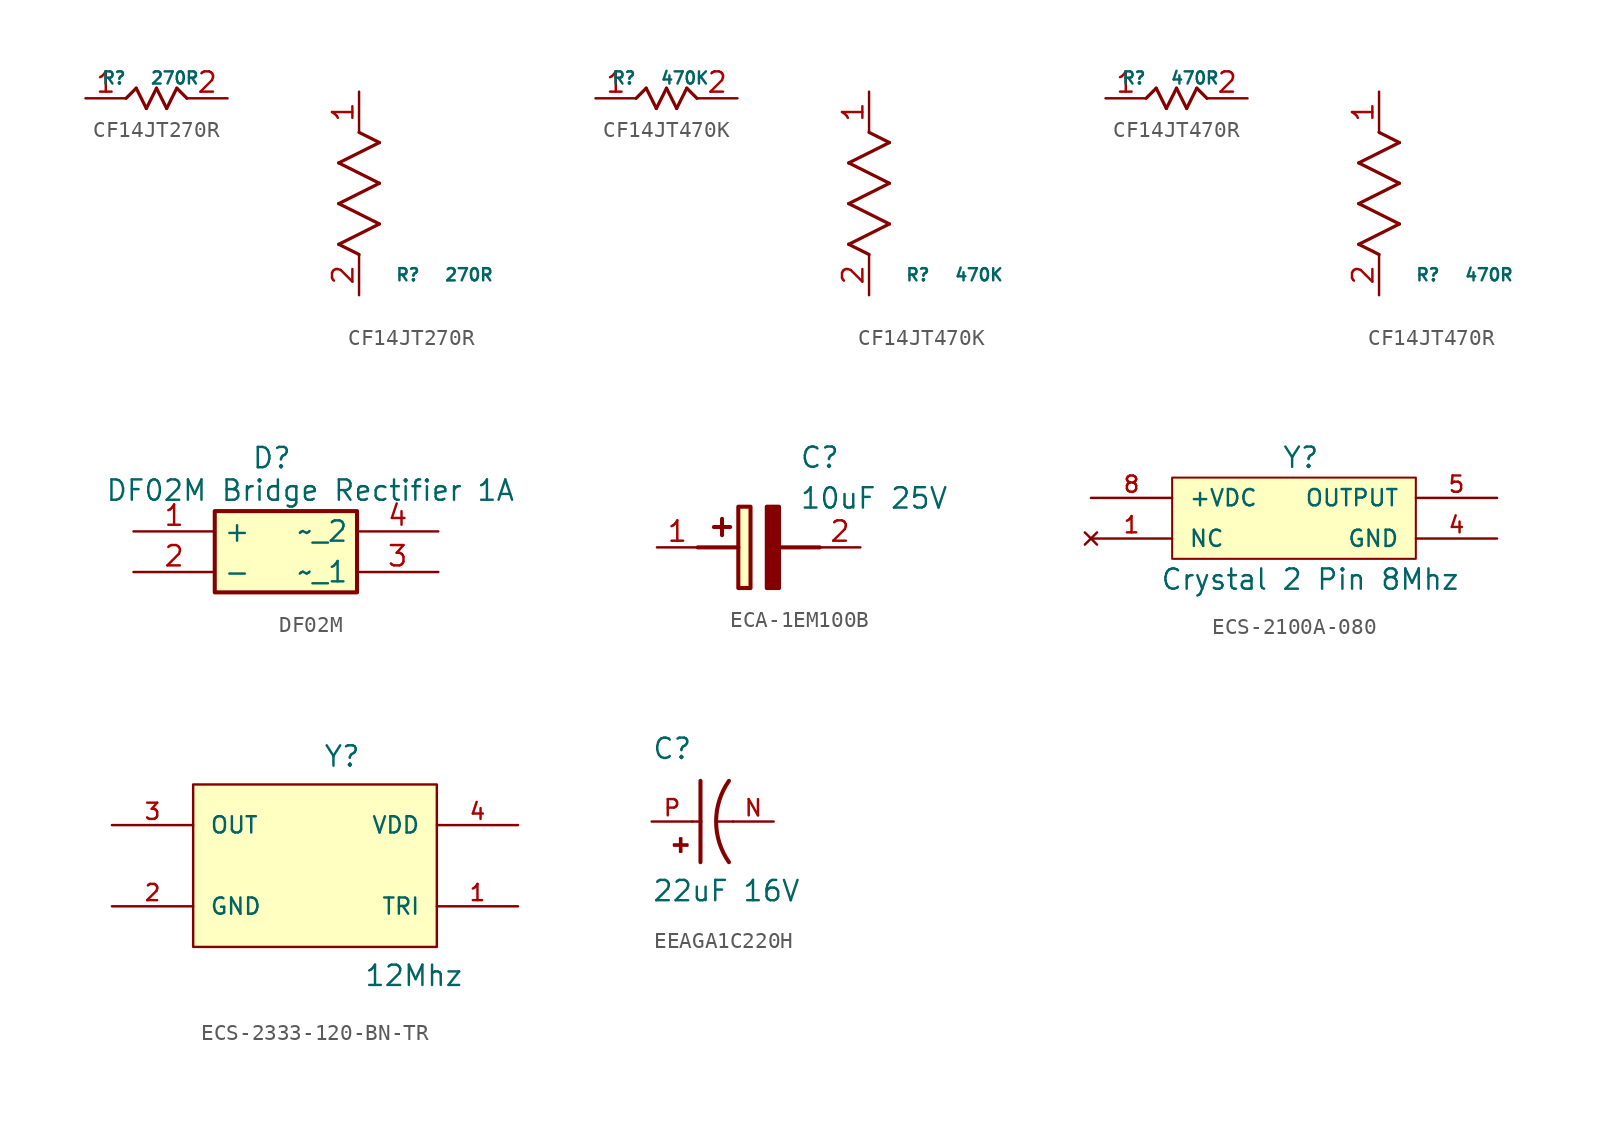
<source format=kicad_sym>
(kicad_symbol_lib
  (version 20241209)
  (generator "kicad_symbol_editor")
  (generator_version "9.0")
  (symbol "CF14JT270R"
    (pin_names
      (offset 0.254))
    (property "Reference" "R"
      (at 3.048 1.27 0)
      (effects (font (size 0.762 0.762))))
    (property "Value" "270R"
      (at 6.858 1.27 0)
      (effects (font (size 0.762 0.762))))
    (symbol "CF14JT270R_1_1"
      (polyline (pts (xy 3.81 0) (xy 4.445 0.635)) (stroke (width 0.203) (type default)) (fill (type none)))
      (polyline (pts (xy 4.445 0.635) (xy 5.08 -0.635)) (stroke (width 0.203) (type default)) (fill (type none)))
      (polyline (pts (xy 5.08 -0.635) (xy 5.715 0.635)) (stroke (width 0.203) (type default)) (fill (type none)))
      (polyline (pts (xy 5.715 0.635) (xy 6.35 -0.635)) (stroke (width 0.203) (type default)) (fill (type none)))
      (polyline (pts (xy 6.35 -0.635) (xy 6.985 0.635)) (stroke (width 0.203) (type default)) (fill (type none)))
      (polyline (pts (xy 6.985 0.635) (xy 7.62 0)) (stroke (width 0.203) (type default)) (fill (type none)))
      (pin unspecified line (at 1.27 0 0) (length 2.54) (name "" (effects (font (size 1.27 1.27)))) (number "1" (effects (font (size 1.27 1.27)))))
      (pin unspecified line (at 10.16 0 180) (length 2.54) (name "" (effects (font (size 1.27 1.27)))) (number "2" (effects (font (size 1.27 1.27))))))
    (symbol "CF14JT270R_1_2"
      (polyline (pts (xy -1.27 8.255) (xy 1.27 9.525)) (stroke (width 0.203) (type default)) (fill (type none)))
      (polyline (pts (xy -1.27 5.715) (xy 1.27 6.985)) (stroke (width 0.203) (type default)) (fill (type none)))
      (polyline (pts (xy -1.27 3.175) (xy 1.27 4.445)) (stroke (width 0.203) (type default)) (fill (type none)))
      (polyline (pts (xy 0 2.54) (xy -1.27 3.175)) (stroke (width 0.203) (type default)) (fill (type none)))
      (polyline (pts (xy 1.27 9.525) (xy 0 10.16)) (stroke (width 0.203) (type default)) (fill (type none)))
      (polyline (pts (xy 1.27 6.985) (xy -1.27 8.255)) (stroke (width 0.203) (type default)) (fill (type none)))
      (polyline (pts (xy 1.27 4.445) (xy -1.27 5.715)) (stroke (width 0.203) (type default)) (fill (type none)))
      (pin unspecified line (at 0 12.7 270) (length 2.54) (name "" (effects (font (size 1.27 1.27)))) (number "1" (effects (font (size 1.27 1.27)))))
      (pin unspecified line (at 0 0 90) (length 2.54) (name "" (effects (font (size 1.27 1.27)))) (number "2" (effects (font (size 1.27 1.27)))))))
  (symbol "CF14JT470K"
    (pin_names
      (offset 0.254))
    (property "Reference" "R"
      (at 3.048 1.27 0)
      (effects (font (size 0.762 0.762))))
    (property "Value" "470K"
      (at 6.858 1.27 0)
      (effects (font (size 0.762 0.762))))
    (symbol "CF14JT470K_1_1"
      (polyline (pts (xy 3.81 0) (xy 4.445 0.635)) (stroke (width 0.203) (type default)) (fill (type none)))
      (polyline (pts (xy 4.445 0.635) (xy 5.08 -0.635)) (stroke (width 0.203) (type default)) (fill (type none)))
      (polyline (pts (xy 5.08 -0.635) (xy 5.715 0.635)) (stroke (width 0.203) (type default)) (fill (type none)))
      (polyline (pts (xy 5.715 0.635) (xy 6.35 -0.635)) (stroke (width 0.203) (type default)) (fill (type none)))
      (polyline (pts (xy 6.35 -0.635) (xy 6.985 0.635)) (stroke (width 0.203) (type default)) (fill (type none)))
      (polyline (pts (xy 6.985 0.635) (xy 7.62 0)) (stroke (width 0.203) (type default)) (fill (type none)))
      (pin unspecified line (at 1.27 0 0) (length 2.54) (name "" (effects (font (size 1.27 1.27)))) (number "1" (effects (font (size 1.27 1.27)))))
      (pin unspecified line (at 10.16 0 180) (length 2.54) (name "" (effects (font (size 1.27 1.27)))) (number "2" (effects (font (size 1.27 1.27))))))
    (symbol "CF14JT470K_1_2"
      (polyline (pts (xy -1.27 8.255) (xy 1.27 9.525)) (stroke (width 0.203) (type default)) (fill (type none)))
      (polyline (pts (xy -1.27 5.715) (xy 1.27 6.985)) (stroke (width 0.203) (type default)) (fill (type none)))
      (polyline (pts (xy -1.27 3.175) (xy 1.27 4.445)) (stroke (width 0.203) (type default)) (fill (type none)))
      (polyline (pts (xy 0 2.54) (xy -1.27 3.175)) (stroke (width 0.203) (type default)) (fill (type none)))
      (polyline (pts (xy 1.27 9.525) (xy 0 10.16)) (stroke (width 0.203) (type default)) (fill (type none)))
      (polyline (pts (xy 1.27 6.985) (xy -1.27 8.255)) (stroke (width 0.203) (type default)) (fill (type none)))
      (polyline (pts (xy 1.27 4.445) (xy -1.27 5.715)) (stroke (width 0.203) (type default)) (fill (type none)))
      (pin unspecified line (at 0 12.7 270) (length 2.54) (name "" (effects (font (size 1.27 1.27)))) (number "1" (effects (font (size 1.27 1.27)))))
      (pin unspecified line (at 0 0 90) (length 2.54) (name "" (effects (font (size 1.27 1.27)))) (number "2" (effects (font (size 1.27 1.27)))))))
  (symbol "CF14JT470R"
    (pin_names
      (offset 0.254))
    (property "Reference" "R"
      (at 3.048 1.27 0)
      (effects (font (size 0.762 0.762))))
    (property "Value" "470R"
      (at 6.858 1.27 0)
      (effects (font (size 0.762 0.762))))
    (symbol "CF14JT470R_1_1"
      (polyline (pts (xy 3.81 0) (xy 4.445 0.635)) (stroke (width 0.203) (type default)) (fill (type none)))
      (polyline (pts (xy 4.445 0.635) (xy 5.08 -0.635)) (stroke (width 0.203) (type default)) (fill (type none)))
      (polyline (pts (xy 5.08 -0.635) (xy 5.715 0.635)) (stroke (width 0.203) (type default)) (fill (type none)))
      (polyline (pts (xy 5.715 0.635) (xy 6.35 -0.635)) (stroke (width 0.203) (type default)) (fill (type none)))
      (polyline (pts (xy 6.35 -0.635) (xy 6.985 0.635)) (stroke (width 0.203) (type default)) (fill (type none)))
      (polyline (pts (xy 6.985 0.635) (xy 7.62 0)) (stroke (width 0.203) (type default)) (fill (type none)))
      (pin unspecified line (at 1.27 0 0) (length 2.54) (name "" (effects (font (size 1.27 1.27)))) (number "1" (effects (font (size 1.27 1.27)))))
      (pin unspecified line (at 10.16 0 180) (length 2.54) (name "" (effects (font (size 1.27 1.27)))) (number "2" (effects (font (size 1.27 1.27))))))
    (symbol "CF14JT470R_1_2"
      (polyline (pts (xy -1.27 8.255) (xy 1.27 9.525)) (stroke (width 0.203) (type default)) (fill (type none)))
      (polyline (pts (xy -1.27 5.715) (xy 1.27 6.985)) (stroke (width 0.203) (type default)) (fill (type none)))
      (polyline (pts (xy -1.27 3.175) (xy 1.27 4.445)) (stroke (width 0.203) (type default)) (fill (type none)))
      (polyline (pts (xy 0 2.54) (xy -1.27 3.175)) (stroke (width 0.203) (type default)) (fill (type none)))
      (polyline (pts (xy 1.27 9.525) (xy 0 10.16)) (stroke (width 0.203) (type default)) (fill (type none)))
      (polyline (pts (xy 1.27 6.985) (xy -1.27 8.255)) (stroke (width 0.203) (type default)) (fill (type none)))
      (polyline (pts (xy 1.27 4.445) (xy -1.27 5.715)) (stroke (width 0.203) (type default)) (fill (type none)))
      (pin unspecified line (at 0 12.7 270) (length 2.54) (name "" (effects (font (size 1.27 1.27)))) (number "1" (effects (font (size 1.27 1.27)))))
      (pin unspecified line (at 0 0 90) (length 2.54) (name "" (effects (font (size 1.27 1.27)))) (number "2" (effects (font (size 1.27 1.27)))))))
  (symbol "DF02M"
    (property "Reference" "D"
      (at 7.366 5.334 0)
      (effects (font (size 1.27 1.27)) (justify left top)))
    (property "Value" "DF02M Bridge Rectifier 1A"
      (at -1.778 3.302 0)
      (effects (font (size 1.27 1.27)) (justify left top)))
    (symbol "DF02M_1_1"
      (rectangle (start 5.08 1.27) (end 13.97 -3.81) (stroke (width 0.254) (type default)) (fill (type background)))
      (pin passive line (at 0 0 0) (length 5.08) (name "+" (effects (font (size 1.27 1.27)))) (number "1" (effects (font (size 1.27 1.27)))))
      (pin passive line (at 0 -2.54 0) (length 5.08) (name "-" (effects (font (size 1.27 1.27)))) (number "2" (effects (font (size 1.27 1.27)))))
      (pin passive line (at 19.05 0 180) (length 5.08) (name "~_2" (effects (font (size 1.27 1.27)))) (number "4" (effects (font (size 1.27 1.27)))))
      (pin passive line (at 19.05 -2.54 180) (length 5.08) (name "~_1" (effects (font (size 1.27 1.27)))) (number "3" (effects (font (size 1.27 1.27)))))))
  (symbol "ECA-1EM100B"
    (pin_names
      (hide yes))
    (property "Reference" "C"
      (at 8.89 6.35 0)
      (effects (font (size 1.27 1.27)) (justify left top)))
    (property "Value" "10uF 25V"
      (at 8.89 3.81 0)
      (effects (font (size 1.27 1.27)) (justify left top)))
    (symbol "ECA-1EM100B_1_1"
      (polyline (pts (xy 2.54 0) (xy 5.08 0)) (stroke (width 0.254) (type default)) (fill (type none)))
      (polyline (pts (xy 4.064 1.778) (xy 4.064 0.762)) (stroke (width 0.254) (type default)) (fill (type none)))
      (polyline (pts (xy 4.572 1.27) (xy 3.556 1.27)) (stroke (width 0.254) (type default)) (fill (type none)))
      (rectangle (start 5.08 2.54) (end 5.842 -2.54) (stroke (width 0.254) (type default)) (fill (type background)))
      (polyline (pts (xy 7.62 2.54) (xy 7.62 -2.54) (xy 6.858 -2.54) (xy 6.858 2.54) (xy 7.62 2.54)) (stroke (width 0.254) (type default)) (fill (type outline)))
      (polyline (pts (xy 7.62 0) (xy 10.16 0)) (stroke (width 0.254) (type default)) (fill (type none)))
      (pin passive line (at 0 0 0) (length 2.54) (name "+" (effects (font (size 1.27 1.27)))) (number "1" (effects (font (size 1.27 1.27)))))
      (pin passive line (at 12.7 0 180) (length 2.54) (name "-" (effects (font (size 1.27 1.27)))) (number "2" (effects (font (size 1.27 1.27)))))))
  (symbol "ECS-2100A-080"
    (pin_names
      (offset 1.016))
    (property "Reference" "Y"
      (at -0.762 3.048 0)
      (effects (font (size 1.27 1.27)) (justify left bottom)))
    (property "Value" "Crystal 2 Pin 8Mhz"
      (at -8.382 -4.572 0)
      (effects (font (size 1.27 1.27)) (justify left bottom)))
    (symbol "ECS-2100A-080_0_0"
      (rectangle (start -7.62 2.54) (end 7.62 -2.54) (stroke (width 0.127) (type default)) (fill (type background)))
      (pin unspecified line (at -12.7 1.27 0) (length 5.08) (name "+VDC" (effects (font (size 1.016 1.016)))) (number "8" (effects (font (size 1.016 1.016)))))
      (pin no_connect line (at -12.7 -1.27 0) (length 5.08) (name "NC" (effects (font (size 1.016 1.016)))) (number "1" (effects (font (size 1.016 1.016)))))
      (pin unspecified line (at 12.7 1.27 180) (length 5.08) (name "OUTPUT" (effects (font (size 1.016 1.016)))) (number "5" (effects (font (size 1.016 1.016)))))
      (pin unspecified line (at 12.7 -1.27 180) (length 5.08) (name "GND" (effects (font (size 1.016 1.016)))) (number "4" (effects (font (size 1.016 1.016)))))))
  (symbol "ECS-2333-120-BN-TR"
    (pin_names
      (offset 1.016))
    (property "Reference" "Y"
      (at 0.508 6.096 0)
      (effects (font (size 1.27 1.27)) (justify left bottom)))
    (property "Value" "12Mhz"
      (at 3.048 -7.62 0)
      (effects (font (size 1.27 1.27)) (justify left bottom)))
    (symbol "ECS-2333-120-BN-TR_0_0"
      (rectangle (start -7.62 5.08) (end 7.62 -5.08) (stroke (width 0.152) (type default)) (fill (type background)))
      (pin output line (at -12.7 2.54 0) (length 5.08) (name "OUT" (effects (font (size 1.016 1.016)))) (number "3" (effects (font (size 1.016 1.016)))))
      (pin power_in line (at -12.7 -2.54 0) (length 5.08) (name "GND" (effects (font (size 1.016 1.016)))) (number "2" (effects (font (size 1.016 1.016)))))
      (pin input line (at 12.7 2.54 180) (length 5.08) (name "VDD" (effects (font (size 1.016 1.016)))) (number "4" (effects (font (size 1.016 1.016)))))
      (pin input line (at 12.7 -2.54 180) (length 5.08) (name "TRI" (effects (font (size 1.016 1.016)))) (number "1" (effects (font (size 1.016 1.016)))))))
  (symbol "EEAGA1C220H"
    (pin_names
      (offset 1.016))
    (property "Reference" "C"
      (at -2.54 3.81 0)
      (effects (font (size 1.27 1.27)) (justify left bottom)))
    (property "Value" "22uF 16V"
      (at -2.54 -5.08 0)
      (effects (font (size 1.27 1.27)) (justify left bottom)))
    (symbol "EEAGA1C220H_0_0"
      (rectangle (start -1.173 -1.532) (end -0.284 -1.405) (stroke (width 0.1) (type default)) (fill (type outline)))
      (rectangle (start -0.792 -1.913) (end -0.665 -1.024) (stroke (width 0.1) (type default)) (fill (type outline)))
      (polyline (pts (xy 0 0) (xy 0.508 0)) (stroke (width 0.152) (type default)) (fill (type none)))
      (polyline (pts (xy 0.508 2.54) (xy 0.508 0)) (stroke (width 0.254) (type default)) (fill (type none)))
      (polyline (pts (xy 0.508 0) (xy 0.508 -2.54)) (stroke (width 0.254) (type default)) (fill (type none)))
      (polyline (pts (xy 2.54 0) (xy 1.524 0)) (stroke (width 0.152) (type default)) (fill (type none)))
      (arc (start 2.286 -2.54) (mid 1.4851 0) (end 2.286 2.54) (stroke (width 0.254) (type default)) (fill (type none)))
      (pin passive line (at -2.54 0 0) (length 2.54) (name "~" (effects (font (size 1.016 1.016)))) (number "P" (effects (font (size 1.016 1.016)))))
      (pin passive line (at 5.08 0 180) (length 2.54) (name "~" (effects (font (size 1.016 1.016)))) (number "N" (effects (font (size 1.016 1.016))))))))
</source>
